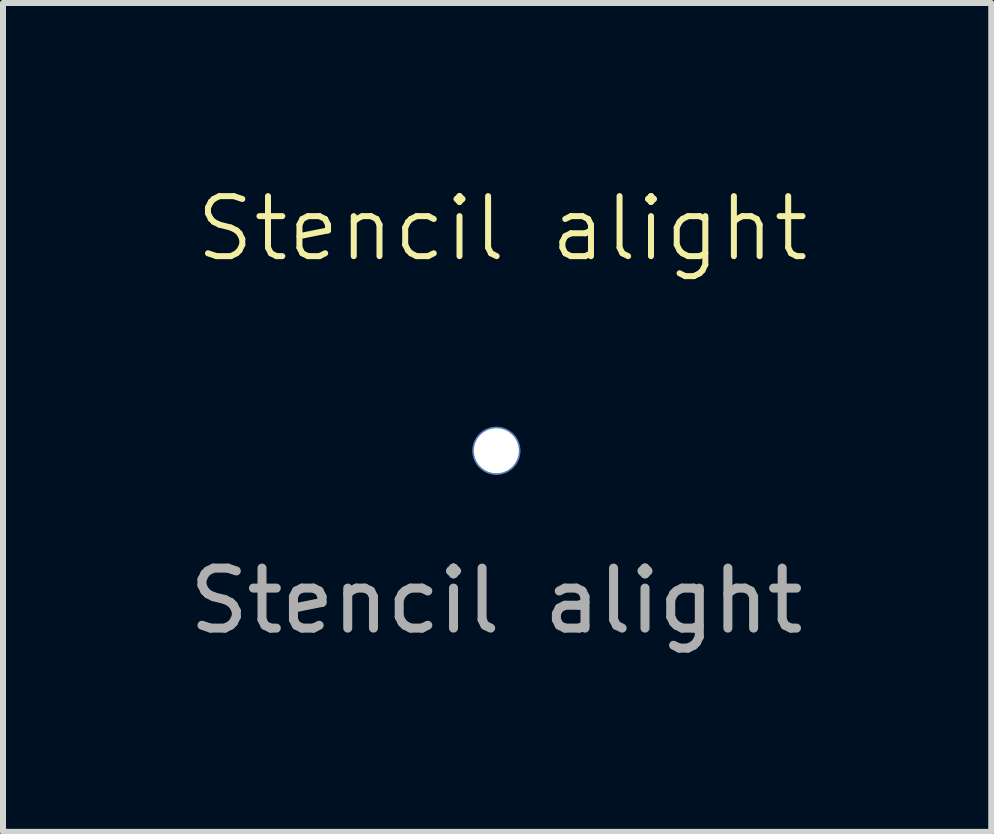
<source format=kicad_pcb>
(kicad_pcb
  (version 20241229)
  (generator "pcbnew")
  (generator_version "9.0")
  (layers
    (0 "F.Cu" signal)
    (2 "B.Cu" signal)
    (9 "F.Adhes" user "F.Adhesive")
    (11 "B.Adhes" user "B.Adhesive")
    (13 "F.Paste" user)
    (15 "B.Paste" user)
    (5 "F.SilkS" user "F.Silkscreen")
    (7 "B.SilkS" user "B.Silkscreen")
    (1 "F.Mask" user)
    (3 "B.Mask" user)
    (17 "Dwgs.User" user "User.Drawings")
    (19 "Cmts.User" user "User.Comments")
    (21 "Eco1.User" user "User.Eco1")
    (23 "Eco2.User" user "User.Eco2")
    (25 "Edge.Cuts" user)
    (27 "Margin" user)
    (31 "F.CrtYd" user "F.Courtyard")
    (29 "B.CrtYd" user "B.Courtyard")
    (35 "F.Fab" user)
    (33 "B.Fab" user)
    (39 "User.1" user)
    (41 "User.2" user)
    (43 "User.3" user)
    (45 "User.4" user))
  (footprint "Stencil alight"
    (layer "F.Cu")
    (at 5.22 4.46)
    (property "Reference" "Stencil alight" (at 0.1 -3.7 0) (unlocked yes) (layer "F.SilkS") (effects (font (size 1 1) (thickness 0.1))))
    (attr through_hole)
    (fp_text user "${REFERENCE}" (at 0 2.5 0) (unlocked yes) (layer "F.Fab") (effects (font (size 1 1) (thickness 0.15))))
    (pad "" np_thru_hole circle (at 0 0) (size 0.8 0.8) (drill 0.75) (layers "*.Cu" "*.Paste" "*.Mask")))
  (gr_rect
    (start -3 -3)
    (end 13.465 10.809)
    (stroke (width 0.1) (type default))
    (fill no)
    (layer "Edge.Cuts")))
</source>
